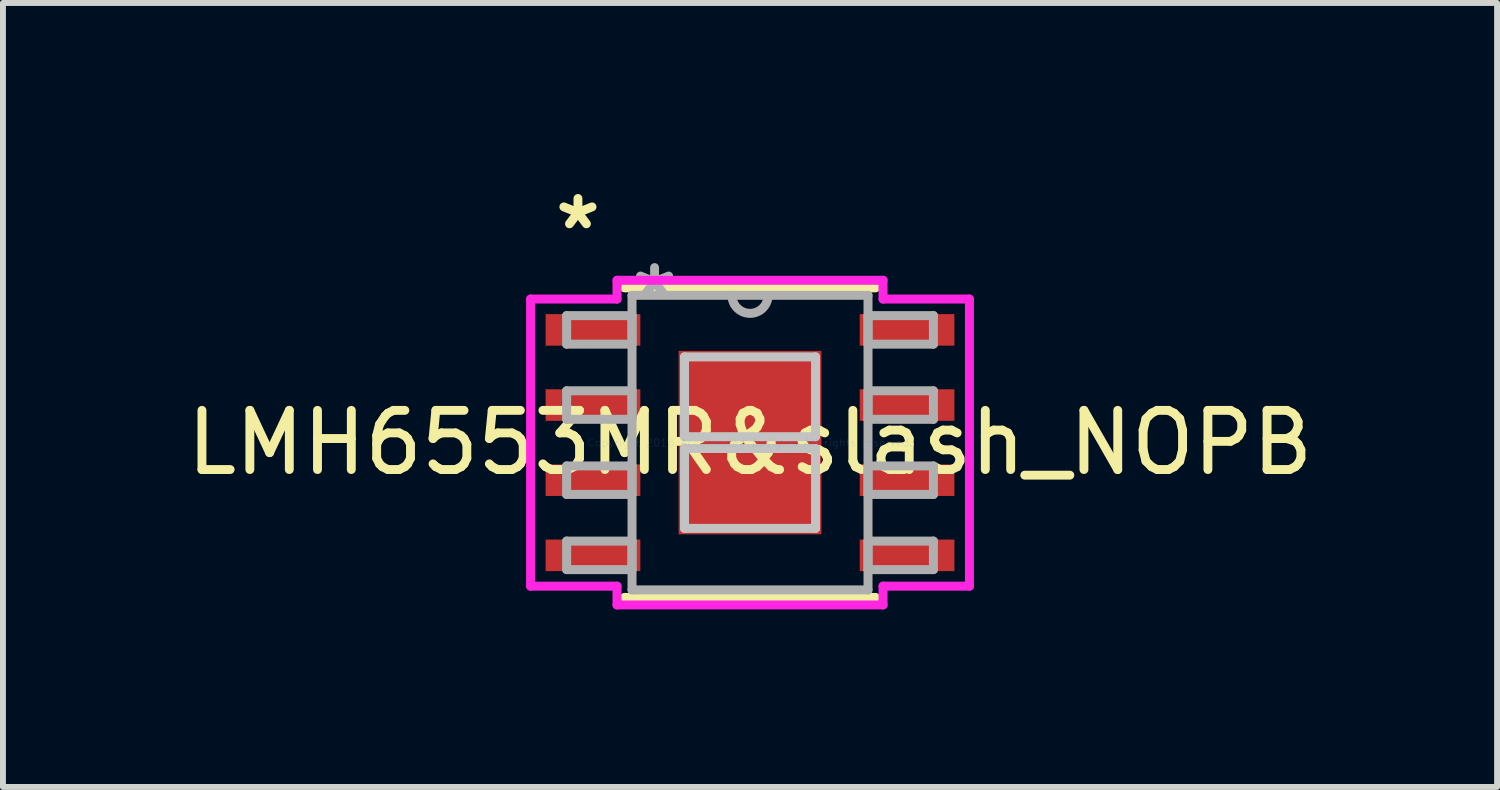
<source format=kicad_pcb>
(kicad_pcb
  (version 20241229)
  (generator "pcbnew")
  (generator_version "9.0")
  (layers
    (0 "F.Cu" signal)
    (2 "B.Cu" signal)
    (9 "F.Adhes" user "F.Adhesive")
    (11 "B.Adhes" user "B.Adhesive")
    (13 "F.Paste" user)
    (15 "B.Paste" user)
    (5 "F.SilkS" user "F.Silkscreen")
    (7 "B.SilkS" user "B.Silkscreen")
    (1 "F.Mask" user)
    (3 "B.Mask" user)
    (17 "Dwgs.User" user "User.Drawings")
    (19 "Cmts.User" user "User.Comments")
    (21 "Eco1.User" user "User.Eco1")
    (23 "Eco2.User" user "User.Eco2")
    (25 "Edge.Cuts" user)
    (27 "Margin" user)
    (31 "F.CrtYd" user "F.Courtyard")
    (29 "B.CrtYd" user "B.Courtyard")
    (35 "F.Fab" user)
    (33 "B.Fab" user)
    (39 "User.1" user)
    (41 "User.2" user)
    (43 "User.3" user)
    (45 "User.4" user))
  (footprint "LMH6553MR&slash_NOPB"
    (layer "F.Cu")
    (at 9.625 4.43)
    (property "Reference" "LMH6553MR&slash_NOPB" (at 0 0 0) (layer "F.SilkS") (effects (font (size 1 1) (thickness 0.15))))
    (attr through_hole)
    (fp_line (start -2.121 2.616) (end 2.121 2.616) (stroke (width 0.152) (type solid)) (layer "F.SilkS"))
    (fp_line (start 2.121 -2.616) (end -2.121 -2.616) (stroke (width 0.152) (type solid)) (layer "F.SilkS"))
    (fp_line (start -1.107 -1.449) (end -1.107 -0.1) (stroke (width 0.152) (type solid)) (layer "Dwgs.User"))
    (fp_line (start -1.107 -0.1) (end 1.107 -0.1) (stroke (width 0.152) (type solid)) (layer "Dwgs.User"))
    (fp_line (start -1.107 0.1) (end -1.107 1.449) (stroke (width 0.152) (type solid)) (layer "Dwgs.User"))
    (fp_line (start -1.107 1.449) (end 1.107 1.449) (stroke (width 0.152) (type solid)) (layer "Dwgs.User"))
    (fp_line (start 1.107 -1.449) (end -1.107 -1.449) (stroke (width 0.152) (type solid)) (layer "Dwgs.User"))
    (fp_line (start 1.107 -0.1) (end 1.107 -1.449) (stroke (width 0.152) (type solid)) (layer "Dwgs.User"))
    (fp_line (start 1.107 0.1) (end -1.107 0.1) (stroke (width 0.152) (type solid)) (layer "Dwgs.User"))
    (fp_line (start 1.107 1.449) (end 1.107 0.1) (stroke (width 0.152) (type solid)) (layer "Dwgs.User"))
    (fp_line (start -3.708 -2.426) (end -2.248 -2.426) (stroke (width 0.152) (type solid)) (layer "F.CrtYd"))
    (fp_line (start -3.708 2.426) (end -3.708 -2.426) (stroke (width 0.152) (type solid)) (layer "F.CrtYd"))
    (fp_line (start -2.248 -2.743) (end 2.248 -2.743) (stroke (width 0.152) (type solid)) (layer "F.CrtYd"))
    (fp_line (start -2.248 -2.426) (end -2.248 -2.743) (stroke (width 0.152) (type solid)) (layer "F.CrtYd"))
    (fp_line (start -2.248 2.426) (end -3.708 2.426) (stroke (width 0.152) (type solid)) (layer "F.CrtYd"))
    (fp_line (start -2.248 2.743) (end -2.248 2.426) (stroke (width 0.152) (type solid)) (layer "F.CrtYd"))
    (fp_line (start 2.248 -2.743) (end 2.248 -2.426) (stroke (width 0.152) (type solid)) (layer "F.CrtYd"))
    (fp_line (start 2.248 -2.426) (end 3.708 -2.426) (stroke (width 0.152) (type solid)) (layer "F.CrtYd"))
    (fp_line (start 2.248 2.426) (end 2.248 2.743) (stroke (width 0.152) (type solid)) (layer "F.CrtYd"))
    (fp_line (start 2.248 2.743) (end -2.248 2.743) (stroke (width 0.152) (type solid)) (layer "F.CrtYd"))
    (fp_line (start 3.708 -2.426) (end 3.708 2.426) (stroke (width 0.152) (type solid)) (layer "F.CrtYd"))
    (fp_line (start 3.708 2.426) (end 2.248 2.426) (stroke (width 0.152) (type solid)) (layer "F.CrtYd"))
    (fp_line (start -3.099 -2.146) (end -3.099 -1.664) (stroke (width 0.152) (type solid)) (layer "F.Fab"))
    (fp_line (start -3.099 -1.664) (end -1.994 -1.664) (stroke (width 0.152) (type solid)) (layer "F.Fab"))
    (fp_line (start -3.099 -0.876) (end -3.099 -0.394) (stroke (width 0.152) (type solid)) (layer "F.Fab"))
    (fp_line (start -3.099 -0.394) (end -1.994 -0.394) (stroke (width 0.152) (type solid)) (layer "F.Fab"))
    (fp_line (start -3.099 0.394) (end -3.099 0.876) (stroke (width 0.152) (type solid)) (layer "F.Fab"))
    (fp_line (start -3.099 0.876) (end -1.994 0.876) (stroke (width 0.152) (type solid)) (layer "F.Fab"))
    (fp_line (start -3.099 1.664) (end -3.099 2.146) (stroke (width 0.152) (type solid)) (layer "F.Fab"))
    (fp_line (start -3.099 2.146) (end -1.994 2.146) (stroke (width 0.152) (type solid)) (layer "F.Fab"))
    (fp_line (start -1.994 -2.489) (end -1.994 2.489) (stroke (width 0.152) (type solid)) (layer "F.Fab"))
    (fp_line (start -1.994 -2.146) (end -3.099 -2.146) (stroke (width 0.152) (type solid)) (layer "F.Fab"))
    (fp_line (start -1.994 -1.664) (end -1.994 -2.146) (stroke (width 0.152) (type solid)) (layer "F.Fab"))
    (fp_line (start -1.994 -0.876) (end -3.099 -0.876) (stroke (width 0.152) (type solid)) (layer "F.Fab"))
    (fp_line (start -1.994 -0.394) (end -1.994 -0.876) (stroke (width 0.152) (type solid)) (layer "F.Fab"))
    (fp_line (start -1.994 0.394) (end -3.099 0.394) (stroke (width 0.152) (type solid)) (layer "F.Fab"))
    (fp_line (start -1.994 0.876) (end -1.994 0.394) (stroke (width 0.152) (type solid)) (layer "F.Fab"))
    (fp_line (start -1.994 1.664) (end -3.099 1.664) (stroke (width 0.152) (type solid)) (layer "F.Fab"))
    (fp_line (start -1.994 2.146) (end -1.994 1.664) (stroke (width 0.152) (type solid)) (layer "F.Fab"))
    (fp_line (start -1.994 2.489) (end 1.994 2.489) (stroke (width 0.152) (type solid)) (layer "F.Fab"))
    (fp_line (start 1.994 -2.489) (end -1.994 -2.489) (stroke (width 0.152) (type solid)) (layer "F.Fab"))
    (fp_line (start 1.994 -2.146) (end 1.994 -1.664) (stroke (width 0.152) (type solid)) (layer "F.Fab"))
    (fp_line (start 1.994 -1.664) (end 3.099 -1.664) (stroke (width 0.152) (type solid)) (layer "F.Fab"))
    (fp_line (start 1.994 -0.876) (end 1.994 -0.394) (stroke (width 0.152) (type solid)) (layer "F.Fab"))
    (fp_line (start 1.994 -0.394) (end 3.099 -0.394) (stroke (width 0.152) (type solid)) (layer "F.Fab"))
    (fp_line (start 1.994 0.394) (end 1.994 0.876) (stroke (width 0.152) (type solid)) (layer "F.Fab"))
    (fp_line (start 1.994 0.876) (end 3.099 0.876) (stroke (width 0.152) (type solid)) (layer "F.Fab"))
    (fp_line (start 1.994 1.664) (end 1.994 2.146) (stroke (width 0.152) (type solid)) (layer "F.Fab"))
    (fp_line (start 1.994 2.146) (end 3.099 2.146) (stroke (width 0.152) (type solid)) (layer "F.Fab"))
    (fp_line (start 1.994 2.489) (end 1.994 -2.489) (stroke (width 0.152) (type solid)) (layer "F.Fab"))
    (fp_line (start 3.099 -2.146) (end 1.994 -2.146) (stroke (width 0.152) (type solid)) (layer "F.Fab"))
    (fp_line (start 3.099 -1.664) (end 3.099 -2.146) (stroke (width 0.152) (type solid)) (layer "F.Fab"))
    (fp_line (start 3.099 -0.876) (end 1.994 -0.876) (stroke (width 0.152) (type solid)) (layer "F.Fab"))
    (fp_line (start 3.099 -0.394) (end 3.099 -0.876) (stroke (width 0.152) (type solid)) (layer "F.Fab"))
    (fp_line (start 3.099 0.394) (end 1.994 0.394) (stroke (width 0.152) (type solid)) (layer "F.Fab"))
    (fp_line (start 3.099 0.876) (end 3.099 0.394) (stroke (width 0.152) (type solid)) (layer "F.Fab"))
    (fp_line (start 3.099 1.664) (end 1.994 1.664) (stroke (width 0.152) (type solid)) (layer "F.Fab"))
    (fp_line (start 3.099 2.146) (end 3.099 1.664) (stroke (width 0.152) (type solid)) (layer "F.Fab"))
    (fp_arc (start 0.3048 -2.4892) (mid 0 -2.1844) (end -0.3048 -2.4892) (stroke (width 0.1524) (type solid)) (layer "F.Fab"))
    (fp_text user "*" (at -2.908 -3.581 0) (layer "F.SilkS") (effects (font (size 1 1) (thickness 0.15))))
    (fp_text user "Copyright 2016 Accelerated Designs. All rights reserved." (at 0 0 0) (layer "Cmts.User") (effects (font (size 0.127 0.127) (thickness 0.002))))
    (fp_text user "*" (at -1.613 -2.413 0) (layer "F.Fab") (effects (font (size 1 1) (thickness 0.15))))
    (pad "1" smd rect (at -2.654 -1.905) (size 1.6 0.533) (layers "F.Cu" "F.Mask" "F.Paste"))
    (pad "2" smd rect (at -2.654 -0.635) (size 1.6 0.533) (layers "F.Cu" "F.Mask" "F.Paste"))
    (pad "3" smd rect (at -2.654 0.635) (size 1.6 0.533) (layers "F.Cu" "F.Mask" "F.Paste"))
    (pad "4" smd rect (at -2.654 1.905) (size 1.6 0.533) (layers "F.Cu" "F.Mask" "F.Paste"))
    (pad "5" smd rect (at 2.654 1.905) (size 1.6 0.533) (layers "F.Cu" "F.Mask" "F.Paste"))
    (pad "6" smd rect (at 2.654 0.635) (size 1.6 0.533) (layers "F.Cu" "F.Mask" "F.Paste"))
    (pad "7" smd rect (at 2.654 -0.635) (size 1.6 0.533) (layers "F.Cu" "F.Mask" "F.Paste"))
    (pad "8" smd rect (at 2.654 -1.905) (size 1.6 0.533) (layers "F.Cu" "F.Mask" "F.Paste"))
    (pad "EPAD" smd rect (at 0 0) (size 2.413 3.099) (layers "F.Cu" "F.Mask" "F.Paste")))
  (gr_rect
    (start -3 -3)
    (end 22.25 10.249)
    (stroke (width 0.1) (type default))
    (fill no)
    (layer "Edge.Cuts")))
</source>
